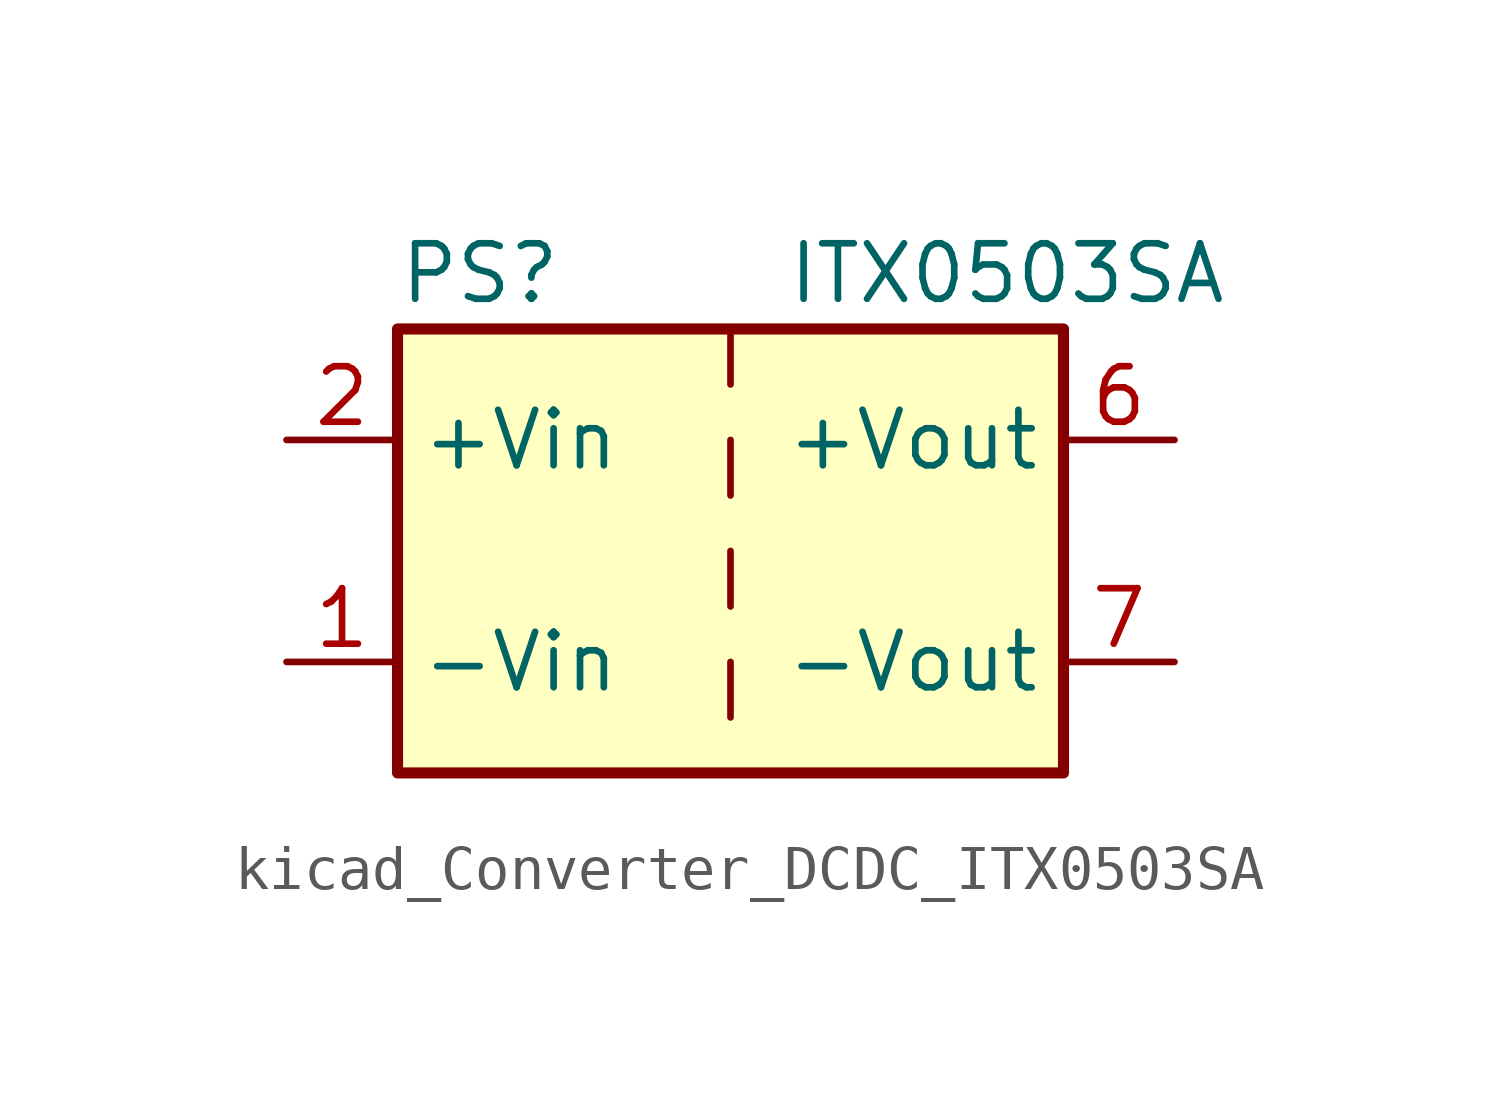
<source format=kicad_sym>
(kicad_symbol_lib
  (version 20220914)
  (generator kicad_symbol_editor)
  (symbol "kicad_Converter_DCDC_ITX0503SA"
    (property "Reference" "PS"
      (at -7.62 6.35 0)
      (effects (font (size 1.27 1.27)) (justify left)))
    (property "Value" "ITX0503SA"
      (at 1.27 6.35 0)
      (effects (font (size 1.27 1.27)) (justify left)))
    (symbol "kicad_Converter_DCDC_ITX0503SA_0_0"
      (pin power_in line (at -10.16 -2.54 0) (length 2.54) (name "-Vin" (effects (font (size 1.27 1.27)))) (number "1" (effects (font (size 1.27 1.27)))))
      (pin power_in line (at -10.16 2.54 0) (length 2.54) (name "+Vin" (effects (font (size 1.27 1.27)))) (number "2" (effects (font (size 1.27 1.27)))))
      (pin power_out line (at 10.16 2.54 180) (length 2.54) (name "+Vout" (effects (font (size 1.27 1.27)))) (number "6" (effects (font (size 1.27 1.27)))))
      (pin power_out line (at 10.16 -2.54 180) (length 2.54) (name "-Vout" (effects (font (size 1.27 1.27)))) (number "7" (effects (font (size 1.27 1.27)))))
      (pin no_connect line (at 7.62 0 180) (length 2.54) hide (name "NC" (effects (font (size 1.27 1.27)))) (number "8" (effects (font (size 1.27 1.27))))))
    (symbol "kicad_Converter_DCDC_ITX0503SA_0_1"
      (rectangle (start -7.62 5.08) (end 7.62 -5.08) (stroke (width 0.254) (type default)) (fill (type background)))
      (polyline (pts (xy 0 -2.54) (xy 0 -3.81)) (stroke (width 0) (type default)) (fill (type none)))
      (polyline (pts (xy 0 0) (xy 0 -1.27)) (stroke (width 0) (type default)) (fill (type none)))
      (polyline (pts (xy 0 2.54) (xy 0 1.27)) (stroke (width 0) (type default)) (fill (type none)))
      (polyline (pts (xy 0 5.08) (xy 0 3.81)) (stroke (width 0) (type default)) (fill (type none))))))
</source>
